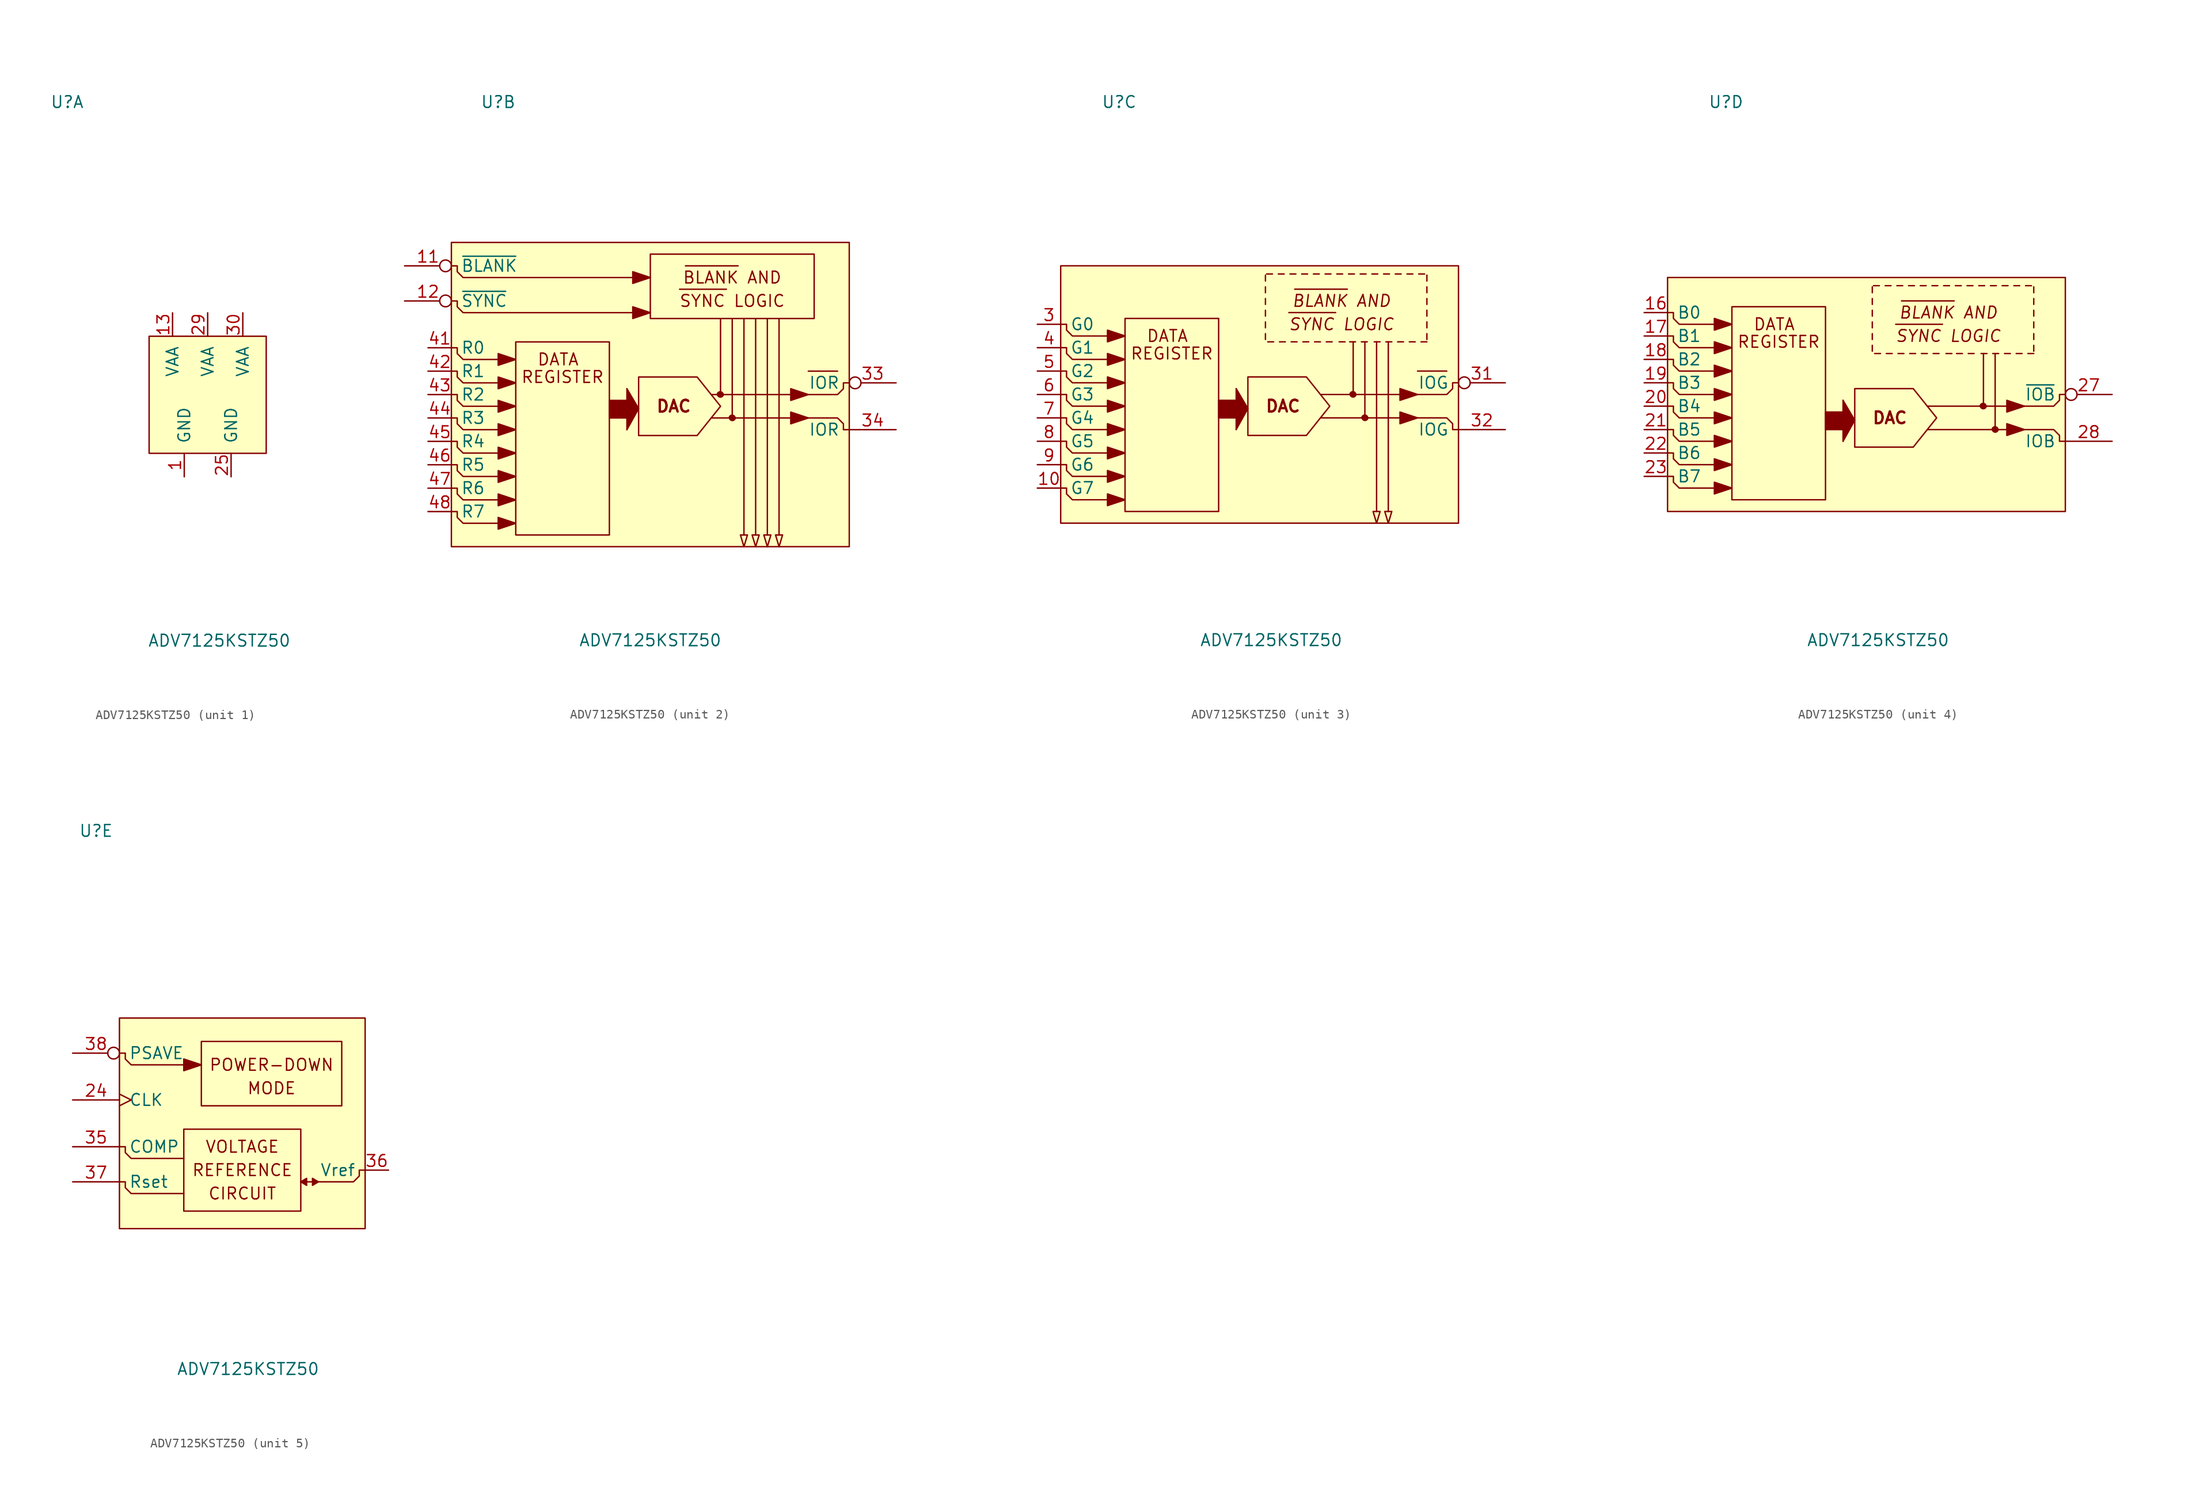
<source format=kicad_sym>
(kicad_symbol_lib
  (version 20211014)
  (generator kicad_symbol_editor)
  (symbol "ADV7125KSTZ50"
    (pin_names
      (offset 1.016))
    (property "Reference" "U"
      (at -15.24 31.75 0)
      (effects (font (size 1.27 1.27))))
    (property "Value" "ADV7125KSTZ50"
      (at 1.27 -26.67 0)
      (effects (font (size 1.27 1.27))))
    (property "ki_locked" ""
      (at 0 0 0)
      (effects (font (size 1.27 1.27))))
    (symbol "ADV7125KSTZ50_1_1"
      (rectangle (start -6.35 6.35) (end 6.35 -6.35) (stroke (width 0) (type default) (color 0 0 0 0)) (fill (type background)))
      (pin power_in line (at -2.54 -8.89 90) (length 2.54) (name "GND" (effects (font (size 1.27 1.27)))) (number "1" (effects (font (size 1.27 1.27)))))
      (pin power_in line (at -3.81 8.89 270) (length 2.54) (name "VAA" (effects (font (size 1.27 1.27)))) (number "13" (effects (font (size 1.27 1.27)))))
      (pin passive line (at -2.54 -8.89 90) (length 2.54) hide (name "GND" (effects (font (size 1.27 1.27)))) (number "14" (effects (font (size 1.27 1.27)))))
      (pin passive line (at -2.54 -8.89 90) (length 2.54) hide (name "GND" (effects (font (size 1.27 1.27)))) (number "15" (effects (font (size 1.27 1.27)))))
      (pin passive line (at -2.54 -8.89 90) (length 2.54) hide (name "GND" (effects (font (size 1.27 1.27)))) (number "2" (effects (font (size 1.27 1.27)))))
      (pin power_in line (at 2.54 -8.89 90) (length 2.54) (name "GND" (effects (font (size 1.27 1.27)))) (number "25" (effects (font (size 1.27 1.27)))))
      (pin passive line (at 2.54 -8.89 90) (length 2.54) hide (name "GND" (effects (font (size 1.27 1.27)))) (number "26" (effects (font (size 1.27 1.27)))))
      (pin power_in line (at 0 8.89 270) (length 2.54) (name "VAA" (effects (font (size 1.27 1.27)))) (number "29" (effects (font (size 1.27 1.27)))))
      (pin power_in line (at 3.81 8.89 270) (length 2.54) (name "VAA" (effects (font (size 1.27 1.27)))) (number "30" (effects (font (size 1.27 1.27)))))
      (pin passive line (at -2.54 -8.89 90) (length 2.54) hide (name "GND" (effects (font (size 1.27 1.27)))) (number "39" (effects (font (size 1.27 1.27)))))
      (pin passive line (at -2.54 -8.89 90) (length 2.54) hide (name "GND" (effects (font (size 1.27 1.27)))) (number "40" (effects (font (size 1.27 1.27))))))
    (symbol "ADV7125KSTZ50_2_1"
      (rectangle (start -20.32 16.51) (end 22.86 -16.51) (stroke (width 0) (type default) (color 0 0 0 0)) (fill (type background)))
      (rectangle (start -13.335 5.715) (end -3.175 -15.24) (stroke (width 0) (type default) (color 0 0 0 0)) (fill (type none)))
      (rectangle (start -3.175 -0.635) (end -1.27 -2.54) (stroke (width 0) (type default) (color 0 0 0 0)) (fill (type outline)))
      (polyline (pts (xy -1.27 0.635) (xy -1.27 -3.81)) (stroke (width 0) (type default) (color 0 0 0 0)) (fill (type none)))
      (polyline (pts (xy 4.445 11.43) (xy 9.525 11.43)) (stroke (width 0) (type default) (color 0 0 0 0)) (fill (type none)))
      (polyline (pts (xy 5.08 13.97) (xy 10.795 13.97)) (stroke (width 0) (type default) (color 0 0 0 0)) (fill (type none)))
      (polyline (pts (xy 8.89 8.255) (xy 8.89 0)) (stroke (width 0) (type default) (color 0 0 0 0)) (fill (type none)))
      (polyline (pts (xy 11.43 8.255) (xy 11.43 -15.24)) (stroke (width 0) (type default) (color 0 0 0 0)) (fill (type none)))
      (polyline (pts (xy 12.7 8.255) (xy 12.7 -15.24)) (stroke (width 0) (type default) (color 0 0 0 0)) (fill (type none)))
      (polyline (pts (xy 13.97 8.255) (xy 13.97 -15.24)) (stroke (width 0) (type default) (color 0 0 0 0)) (fill (type none)))
      (polyline (pts (xy 15.24 8.255) (xy 15.24 -15.24)) (stroke (width 0) (type default) (color 0 0 0 0)) (fill (type none)))
      (polyline (pts (xy 18.415 2.54) (xy 21.59 2.54)) (stroke (width 0) (type default) (color 0 0 0 0)) (fill (type none)))
      (polyline (pts (xy -1.27 -3.81) (xy 0 -1.524) (xy -1.27 0.635)) (stroke (width 0) (type default) (color 0 0 0 0)) (fill (type outline)))
      (polyline (pts (xy 10.16 8.255) (xy 10.16 3.175) (xy 10.16 -2.54)) (stroke (width 0) (type default) (color 0 0 0 0)) (fill (type none)))
      (polyline (pts (xy -15.24 -13.335) (xy -15.24 -14.605) (xy -13.335 -13.97) (xy -15.24 -13.335)) (stroke (width 0) (type default) (color 0 0 0 0)) (fill (type outline)))
      (polyline (pts (xy -15.24 -10.795) (xy -15.24 -12.065) (xy -13.335 -11.43) (xy -15.24 -10.795)) (stroke (width 0) (type default) (color 0 0 0 0)) (fill (type outline)))
      (polyline (pts (xy -15.24 -8.255) (xy -15.24 -9.525) (xy -13.335 -8.89) (xy -15.24 -8.255)) (stroke (width 0) (type default) (color 0 0 0 0)) (fill (type outline)))
      (polyline (pts (xy -15.24 -5.715) (xy -15.24 -6.985) (xy -13.335 -6.35) (xy -15.24 -5.715)) (stroke (width 0) (type default) (color 0 0 0 0)) (fill (type outline)))
      (polyline (pts (xy -15.24 -3.175) (xy -15.24 -4.445) (xy -13.335 -3.81) (xy -15.24 -3.175)) (stroke (width 0) (type default) (color 0 0 0 0)) (fill (type outline)))
      (polyline (pts (xy -15.24 -0.635) (xy -15.24 -1.905) (xy -13.335 -1.27) (xy -15.24 -0.635)) (stroke (width 0) (type default) (color 0 0 0 0)) (fill (type outline)))
      (polyline (pts (xy -15.24 1.905) (xy -15.24 0.635) (xy -13.335 1.27) (xy -15.24 1.905)) (stroke (width 0) (type default) (color 0 0 0 0)) (fill (type outline)))
      (polyline (pts (xy -15.24 4.445) (xy -15.24 3.175) (xy -13.335 3.81) (xy -15.24 4.445)) (stroke (width 0) (type default) (color 0 0 0 0)) (fill (type outline)))
      (polyline (pts (xy -0.635 9.525) (xy -0.635 8.255) (xy 1.27 8.89) (xy -0.635 9.525)) (stroke (width 0) (type default) (color 0 0 0 0)) (fill (type outline)))
      (polyline (pts (xy -0.635 13.335) (xy -0.635 12.065) (xy 1.27 12.7) (xy -0.635 13.335)) (stroke (width 0) (type default) (color 0 0 0 0)) (fill (type outline)))
      (polyline (pts (xy 11.049 -15.24) (xy 11.811 -15.24) (xy 11.43 -16.51) (xy 11.049 -15.24)) (stroke (width 0) (type default) (color 0 0 0 0)) (fill (type none)))
      (polyline (pts (xy 12.319 -15.24) (xy 13.081 -15.24) (xy 12.7 -16.51) (xy 12.319 -15.24)) (stroke (width 0) (type default) (color 0 0 0 0)) (fill (type none)))
      (polyline (pts (xy 13.589 -15.24) (xy 14.351 -15.24) (xy 13.97 -16.51) (xy 13.589 -15.24)) (stroke (width 0) (type default) (color 0 0 0 0)) (fill (type none)))
      (polyline (pts (xy 14.859 -15.24) (xy 15.621 -15.24) (xy 15.24 -16.51) (xy 14.859 -15.24)) (stroke (width 0) (type default) (color 0 0 0 0)) (fill (type none)))
      (polyline (pts (xy 16.51 -3.175) (xy 16.51 -1.905) (xy 18.415 -2.54) (xy 16.51 -3.175)) (stroke (width 0) (type default) (color 0 0 0 0)) (fill (type outline)))
      (polyline (pts (xy 16.51 0.635) (xy 16.51 -0.635) (xy 18.415 0) (xy 16.51 0.635)) (stroke (width 0) (type default) (color 0 0 0 0)) (fill (type outline)))
      (polyline (pts (xy -20.32 -12.7) (xy -19.685 -12.7) (xy -19.685 -13.335) (xy -19.05 -13.97) (xy -13.335 -13.97)) (stroke (width 0) (type default) (color 0 0 0 0)) (fill (type none)))
      (polyline (pts (xy -20.32 -10.16) (xy -19.685 -10.16) (xy -19.685 -10.795) (xy -19.05 -11.43) (xy -13.335 -11.43)) (stroke (width 0) (type default) (color 0 0 0 0)) (fill (type none)))
      (polyline (pts (xy -20.32 -7.62) (xy -19.685 -7.62) (xy -19.685 -8.255) (xy -19.05 -8.89) (xy -13.335 -8.89)) (stroke (width 0) (type default) (color 0 0 0 0)) (fill (type none)))
      (polyline (pts (xy -20.32 -5.08) (xy -19.685 -5.08) (xy -19.685 -5.715) (xy -19.05 -6.35) (xy -13.335 -6.35)) (stroke (width 0) (type default) (color 0 0 0 0)) (fill (type none)))
      (polyline (pts (xy -20.32 -2.54) (xy -19.685 -2.54) (xy -19.685 -3.175) (xy -19.05 -3.81) (xy -13.335 -3.81)) (stroke (width 0) (type default) (color 0 0 0 0)) (fill (type none)))
      (polyline (pts (xy -20.32 0) (xy -19.685 0) (xy -19.685 -0.635) (xy -19.05 -1.27) (xy -13.335 -1.27)) (stroke (width 0) (type default) (color 0 0 0 0)) (fill (type none)))
      (polyline (pts (xy -20.32 2.54) (xy -19.685 2.54) (xy -19.685 1.905) (xy -19.05 1.27) (xy -13.335 1.27)) (stroke (width 0) (type default) (color 0 0 0 0)) (fill (type none)))
      (polyline (pts (xy -20.32 5.08) (xy -19.685 5.08) (xy -19.685 4.445) (xy -19.05 3.81) (xy -13.335 3.81)) (stroke (width 0) (type default) (color 0 0 0 0)) (fill (type none)))
      (polyline (pts (xy -20.32 10.16) (xy -19.685 10.16) (xy -19.685 9.525) (xy -19.05 8.89) (xy -0.635 8.89)) (stroke (width 0) (type default) (color 0 0 0 0)) (fill (type none)))
      (polyline (pts (xy -20.32 13.97) (xy -19.685 13.97) (xy -19.685 13.335) (xy -19.05 12.7) (xy -0.635 12.7)) (stroke (width 0) (type default) (color 0 0 0 0)) (fill (type none)))
      (polyline (pts (xy 22.86 -3.81) (xy 22.225 -3.81) (xy 22.225 -3.175) (xy 21.59 -2.54) (xy 7.874 -2.54)) (stroke (width 0) (type default) (color 0 0 0 0)) (fill (type none)))
      (polyline (pts (xy 22.86 1.27) (xy 22.225 1.27) (xy 22.225 0.635) (xy 21.59 0) (xy 7.874 0)) (stroke (width 0) (type default) (color 0 0 0 0)) (fill (type none)))
      (polyline (pts (xy 0 1.905) (xy 0 -4.445) (xy 6.35 -4.445) (xy 8.89 -1.27) (xy 6.35 1.905) (xy 4.445 1.905) (xy 0 1.905)) (stroke (width 0) (type default) (color 0 0 0 0)) (fill (type none)))
      (rectangle (start 1.27 15.24) (end 19.05 8.255) (stroke (width 0) (type default) (color 0 0 0 0)) (fill (type none)))
      (arc (start 8.5598 0.0254) (mid 8.8646 -0.2794) (end 9.1948 0.0254) (stroke (width 0) (type default) (color 0 0 0 0)) (fill (type outline)))
      (arc (start 9.1694 0) (mid 8.8646 0.3048) (end 8.5344 0) (stroke (width 0) (type default) (color 0 0 0 0)) (fill (type outline)))
      (arc (start 9.8552 -2.5146) (mid 10.16 -2.8194) (end 10.4902 -2.5146) (stroke (width 0) (type default) (color 0 0 0 0)) (fill (type outline)))
      (arc (start 10.4648 -2.54) (mid 10.16 -2.2352) (end 9.8298 -2.54) (stroke (width 0) (type default) (color 0 0 0 0)) (fill (type outline)))
      (text "BLANK AND" (at 10.16 12.7 0) (effects (font (size 1.27 1.27))))
      (text "DAC" (at 3.81 -1.27 0) (effects (font (size 1.27 1.27) bold)))
      (text "DATA " (at -8.255 3.81 0) (effects (font (size 1.27 1.27))))
      (text "REGISTER" (at -8.255 1.905 0) (effects (font (size 1.27 1.27))))
      (text "SYNC LOGIC" (at 10.16 10.16 0) (effects (font (size 1.27 1.27))))
      (pin input inverted (at -25.4 13.97 0) (length 5.08) (name "~{BLANK}" (effects (font (size 1.27 1.27)))) (number "11" (effects (font (size 1.27 1.27)))))
      (pin input inverted (at -25.4 10.16 0) (length 5.08) (name "~{SYNC}" (effects (font (size 1.27 1.27)))) (number "12" (effects (font (size 1.27 1.27)))))
      (pin output inverted (at 27.94 1.27 180) (length 5.08) (name "IOR" (effects (font (size 1.27 1.27)))) (number "33" (effects (font (size 1.27 1.27)))))
      (pin output line (at 27.94 -3.81 180) (length 5.08) (name "IOR" (effects (font (size 1.27 1.27)))) (number "34" (effects (font (size 1.27 1.27)))))
      (pin input line (at -22.86 5.08 0) (length 2.54) (name "R0" (effects (font (size 1.27 1.27)))) (number "41" (effects (font (size 1.27 1.27)))))
      (pin input line (at -22.86 2.54 0) (length 2.54) (name "R1" (effects (font (size 1.27 1.27)))) (number "42" (effects (font (size 1.27 1.27)))))
      (pin input line (at -22.86 0 0) (length 2.54) (name "R2" (effects (font (size 1.27 1.27)))) (number "43" (effects (font (size 1.27 1.27)))))
      (pin input line (at -22.86 -2.54 0) (length 2.54) (name "R3" (effects (font (size 1.27 1.27)))) (number "44" (effects (font (size 1.27 1.27)))))
      (pin input line (at -22.86 -5.08 0) (length 2.54) (name "R4" (effects (font (size 1.27 1.27)))) (number "45" (effects (font (size 1.27 1.27)))))
      (pin input line (at -22.86 -7.62 0) (length 2.54) (name "R5" (effects (font (size 1.27 1.27)))) (number "46" (effects (font (size 1.27 1.27)))))
      (pin input line (at -22.86 -10.16 0) (length 2.54) (name "R6" (effects (font (size 1.27 1.27)))) (number "47" (effects (font (size 1.27 1.27)))))
      (pin input line (at -22.86 -12.7 0) (length 2.54) (name "R7" (effects (font (size 1.27 1.27)))) (number "48" (effects (font (size 1.27 1.27))))))
    (symbol "ADV7125KSTZ50_3_1"
      (rectangle (start -21.59 13.97) (end 21.59 -13.97) (stroke (width 0) (type default) (color 0 0 0 0)) (fill (type background)))
      (rectangle (start -14.605 8.255) (end -4.445 -12.7) (stroke (width 0) (type default) (color 0 0 0 0)) (fill (type none)))
      (rectangle (start -4.445 -0.635) (end -2.54 -2.54) (stroke (width 0) (type default) (color 0 0 0 0)) (fill (type outline)))
      (polyline (pts (xy -2.54 0.635) (xy -2.54 -3.81)) (stroke (width 0) (type default) (color 0 0 0 0)) (fill (type none)))
      (polyline (pts (xy 0.635 6.604) (xy 0.635 5.969)) (stroke (width 0) (type default) (color 0 0 0 0)) (fill (type none)))
      (polyline (pts (xy 0.635 7.874) (xy 0.635 7.239)) (stroke (width 0) (type default) (color 0 0 0 0)) (fill (type none)))
      (polyline (pts (xy 0.635 9.144) (xy 0.635 8.509)) (stroke (width 0) (type default) (color 0 0 0 0)) (fill (type none)))
      (polyline (pts (xy 0.635 10.414) (xy 0.635 9.779)) (stroke (width 0) (type default) (color 0 0 0 0)) (fill (type none)))
      (polyline (pts (xy 0.635 11.684) (xy 0.635 11.049)) (stroke (width 0) (type default) (color 0 0 0 0)) (fill (type none)))
      (polyline (pts (xy 0.635 12.954) (xy 0.635 12.319)) (stroke (width 0) (type default) (color 0 0 0 0)) (fill (type none)))
      (polyline (pts (xy 1.397 13.081) (xy 0.762 13.081)) (stroke (width 0) (type default) (color 0 0 0 0)) (fill (type none)))
      (polyline (pts (xy 1.524 5.715) (xy 0.889 5.715)) (stroke (width 0) (type default) (color 0 0 0 0)) (fill (type none)))
      (polyline (pts (xy 2.667 13.081) (xy 2.032 13.081)) (stroke (width 0) (type default) (color 0 0 0 0)) (fill (type none)))
      (polyline (pts (xy 2.794 5.715) (xy 2.159 5.715)) (stroke (width 0) (type default) (color 0 0 0 0)) (fill (type none)))
      (polyline (pts (xy 3.175 8.89) (xy 8.255 8.89)) (stroke (width 0) (type default) (color 0 0 0 0)) (fill (type none)))
      (polyline (pts (xy 3.81 11.43) (xy 9.525 11.43)) (stroke (width 0) (type default) (color 0 0 0 0)) (fill (type none)))
      (polyline (pts (xy 3.937 13.081) (xy 3.302 13.081)) (stroke (width 0) (type default) (color 0 0 0 0)) (fill (type none)))
      (polyline (pts (xy 4.064 5.715) (xy 3.429 5.715)) (stroke (width 0) (type default) (color 0 0 0 0)) (fill (type none)))
      (polyline (pts (xy 5.207 13.081) (xy 4.572 13.081)) (stroke (width 0) (type default) (color 0 0 0 0)) (fill (type none)))
      (polyline (pts (xy 5.334 5.715) (xy 4.699 5.715)) (stroke (width 0) (type default) (color 0 0 0 0)) (fill (type none)))
      (polyline (pts (xy 6.477 13.081) (xy 5.842 13.081)) (stroke (width 0) (type default) (color 0 0 0 0)) (fill (type none)))
      (polyline (pts (xy 6.604 5.715) (xy 5.969 5.715)) (stroke (width 0) (type default) (color 0 0 0 0)) (fill (type none)))
      (polyline (pts (xy 7.747 13.081) (xy 7.112 13.081)) (stroke (width 0) (type default) (color 0 0 0 0)) (fill (type none)))
      (polyline (pts (xy 7.874 5.715) (xy 7.239 5.715)) (stroke (width 0) (type default) (color 0 0 0 0)) (fill (type none)))
      (polyline (pts (xy 9.017 13.081) (xy 8.382 13.081)) (stroke (width 0) (type default) (color 0 0 0 0)) (fill (type none)))
      (polyline (pts (xy 9.271 5.715) (xy 8.636 5.715)) (stroke (width 0) (type default) (color 0 0 0 0)) (fill (type none)))
      (polyline (pts (xy 10.16 5.715) (xy 10.16 0)) (stroke (width 0) (type default) (color 0 0 0 0)) (fill (type none)))
      (polyline (pts (xy 10.287 13.081) (xy 9.652 13.081)) (stroke (width 0) (type default) (color 0 0 0 0)) (fill (type none)))
      (polyline (pts (xy 10.414 5.715) (xy 9.779 5.715)) (stroke (width 0) (type default) (color 0 0 0 0)) (fill (type none)))
      (polyline (pts (xy 11.557 13.081) (xy 10.922 13.081)) (stroke (width 0) (type default) (color 0 0 0 0)) (fill (type none)))
      (polyline (pts (xy 11.684 5.715) (xy 11.049 5.715)) (stroke (width 0) (type default) (color 0 0 0 0)) (fill (type none)))
      (polyline (pts (xy 12.7 5.715) (xy 12.7 -12.7)) (stroke (width 0) (type default) (color 0 0 0 0)) (fill (type none)))
      (polyline (pts (xy 12.827 13.081) (xy 12.192 13.081)) (stroke (width 0) (type default) (color 0 0 0 0)) (fill (type none)))
      (polyline (pts (xy 13.081 5.715) (xy 12.446 5.715)) (stroke (width 0) (type default) (color 0 0 0 0)) (fill (type none)))
      (polyline (pts (xy 13.97 5.715) (xy 13.97 -12.7)) (stroke (width 0) (type default) (color 0 0 0 0)) (fill (type none)))
      (polyline (pts (xy 14.097 13.081) (xy 13.462 13.081)) (stroke (width 0) (type default) (color 0 0 0 0)) (fill (type none)))
      (polyline (pts (xy 14.351 5.715) (xy 13.716 5.715)) (stroke (width 0) (type default) (color 0 0 0 0)) (fill (type none)))
      (polyline (pts (xy 15.367 13.081) (xy 14.732 13.081)) (stroke (width 0) (type default) (color 0 0 0 0)) (fill (type none)))
      (polyline (pts (xy 15.621 5.715) (xy 14.986 5.715)) (stroke (width 0) (type default) (color 0 0 0 0)) (fill (type none)))
      (polyline (pts (xy 16.637 13.081) (xy 16.002 13.081)) (stroke (width 0) (type default) (color 0 0 0 0)) (fill (type none)))
      (polyline (pts (xy 16.891 5.715) (xy 16.256 5.715)) (stroke (width 0) (type default) (color 0 0 0 0)) (fill (type none)))
      (polyline (pts (xy 17.145 2.54) (xy 20.32 2.54)) (stroke (width 0) (type default) (color 0 0 0 0)) (fill (type none)))
      (polyline (pts (xy 17.907 13.081) (xy 17.272 13.081)) (stroke (width 0) (type default) (color 0 0 0 0)) (fill (type none)))
      (polyline (pts (xy 18.161 5.715) (xy 17.526 5.715)) (stroke (width 0) (type default) (color 0 0 0 0)) (fill (type none)))
      (polyline (pts (xy 18.161 6.604) (xy 18.161 5.969)) (stroke (width 0) (type default) (color 0 0 0 0)) (fill (type none)))
      (polyline (pts (xy 18.161 7.874) (xy 18.161 7.239)) (stroke (width 0) (type default) (color 0 0 0 0)) (fill (type none)))
      (polyline (pts (xy 18.161 9.144) (xy 18.161 8.509)) (stroke (width 0) (type default) (color 0 0 0 0)) (fill (type none)))
      (polyline (pts (xy 18.161 10.414) (xy 18.161 9.779)) (stroke (width 0) (type default) (color 0 0 0 0)) (fill (type none)))
      (polyline (pts (xy 18.161 11.684) (xy 18.161 11.049)) (stroke (width 0) (type default) (color 0 0 0 0)) (fill (type none)))
      (polyline (pts (xy 18.161 12.954) (xy 18.161 12.319)) (stroke (width 0) (type default) (color 0 0 0 0)) (fill (type none)))
      (polyline (pts (xy -2.54 -3.81) (xy -1.27 -1.524) (xy -2.54 0.635)) (stroke (width 0) (type default) (color 0 0 0 0)) (fill (type outline)))
      (polyline (pts (xy 11.43 5.715) (xy 11.43 0.635) (xy 11.43 -2.54)) (stroke (width 0) (type default) (color 0 0 0 0)) (fill (type none)))
      (polyline (pts (xy -16.51 -10.795) (xy -16.51 -12.065) (xy -14.605 -11.43) (xy -16.51 -10.795)) (stroke (width 0) (type default) (color 0 0 0 0)) (fill (type outline)))
      (polyline (pts (xy -16.51 -8.255) (xy -16.51 -9.525) (xy -14.605 -8.89) (xy -16.51 -8.255)) (stroke (width 0) (type default) (color 0 0 0 0)) (fill (type outline)))
      (polyline (pts (xy -16.51 -5.715) (xy -16.51 -6.985) (xy -14.605 -6.35) (xy -16.51 -5.715)) (stroke (width 0) (type default) (color 0 0 0 0)) (fill (type outline)))
      (polyline (pts (xy -16.51 -3.175) (xy -16.51 -4.445) (xy -14.605 -3.81) (xy -16.51 -3.175)) (stroke (width 0) (type default) (color 0 0 0 0)) (fill (type outline)))
      (polyline (pts (xy -16.51 -0.635) (xy -16.51 -1.905) (xy -14.605 -1.27) (xy -16.51 -0.635)) (stroke (width 0) (type default) (color 0 0 0 0)) (fill (type outline)))
      (polyline (pts (xy -16.51 1.905) (xy -16.51 0.635) (xy -14.605 1.27) (xy -16.51 1.905)) (stroke (width 0) (type default) (color 0 0 0 0)) (fill (type outline)))
      (polyline (pts (xy -16.51 4.445) (xy -16.51 3.175) (xy -14.605 3.81) (xy -16.51 4.445)) (stroke (width 0) (type default) (color 0 0 0 0)) (fill (type outline)))
      (polyline (pts (xy -16.51 6.985) (xy -16.51 5.715) (xy -14.605 6.35) (xy -16.51 6.985)) (stroke (width 0) (type default) (color 0 0 0 0)) (fill (type outline)))
      (polyline (pts (xy 12.319 -12.7) (xy 13.081 -12.7) (xy 12.7 -13.97) (xy 12.319 -12.7)) (stroke (width 0) (type default) (color 0 0 0 0)) (fill (type none)))
      (polyline (pts (xy 13.589 -12.7) (xy 14.351 -12.7) (xy 13.97 -13.97) (xy 13.589 -12.7)) (stroke (width 0) (type default) (color 0 0 0 0)) (fill (type none)))
      (polyline (pts (xy 15.24 -3.175) (xy 15.24 -1.905) (xy 17.145 -2.54) (xy 15.24 -3.175)) (stroke (width 0) (type default) (color 0 0 0 0)) (fill (type outline)))
      (polyline (pts (xy 15.24 0.635) (xy 15.24 -0.635) (xy 17.145 0) (xy 15.24 0.635)) (stroke (width 0) (type default) (color 0 0 0 0)) (fill (type outline)))
      (polyline (pts (xy -21.59 -10.16) (xy -20.955 -10.16) (xy -20.955 -10.795) (xy -20.32 -11.43) (xy -14.605 -11.43)) (stroke (width 0) (type default) (color 0 0 0 0)) (fill (type none)))
      (polyline (pts (xy -21.59 -7.62) (xy -20.955 -7.62) (xy -20.955 -8.255) (xy -20.32 -8.89) (xy -14.605 -8.89)) (stroke (width 0) (type default) (color 0 0 0 0)) (fill (type none)))
      (polyline (pts (xy -21.59 -5.08) (xy -20.955 -5.08) (xy -20.955 -5.715) (xy -20.32 -6.35) (xy -14.605 -6.35)) (stroke (width 0) (type default) (color 0 0 0 0)) (fill (type none)))
      (polyline (pts (xy -21.59 -2.54) (xy -20.955 -2.54) (xy -20.955 -3.175) (xy -20.32 -3.81) (xy -14.605 -3.81)) (stroke (width 0) (type default) (color 0 0 0 0)) (fill (type none)))
      (polyline (pts (xy -21.59 0) (xy -20.955 0) (xy -20.955 -0.635) (xy -20.32 -1.27) (xy -14.605 -1.27)) (stroke (width 0) (type default) (color 0 0 0 0)) (fill (type none)))
      (polyline (pts (xy -21.59 2.54) (xy -20.955 2.54) (xy -20.955 1.905) (xy -20.32 1.27) (xy -14.605 1.27)) (stroke (width 0) (type default) (color 0 0 0 0)) (fill (type none)))
      (polyline (pts (xy -21.59 5.08) (xy -20.955 5.08) (xy -20.955 4.445) (xy -20.32 3.81) (xy -14.605 3.81)) (stroke (width 0) (type default) (color 0 0 0 0)) (fill (type none)))
      (polyline (pts (xy -21.59 7.62) (xy -20.955 7.62) (xy -20.955 6.985) (xy -20.32 6.35) (xy -14.605 6.35)) (stroke (width 0) (type default) (color 0 0 0 0)) (fill (type none)))
      (polyline (pts (xy 21.59 -3.81) (xy 20.955 -3.81) (xy 20.955 -3.175) (xy 20.32 -2.54) (xy 6.604 -2.54)) (stroke (width 0) (type default) (color 0 0 0 0)) (fill (type none)))
      (polyline (pts (xy 21.59 1.27) (xy 20.955 1.27) (xy 20.955 0.635) (xy 20.32 0) (xy 6.604 0)) (stroke (width 0) (type default) (color 0 0 0 0)) (fill (type none)))
      (polyline (pts (xy -1.27 1.905) (xy -1.27 -4.445) (xy 5.08 -4.445) (xy 7.62 -1.27) (xy 5.08 1.905) (xy 3.175 1.905) (xy -1.27 1.905)) (stroke (width 0) (type default) (color 0 0 0 0)) (fill (type none)))
      (arc (start 9.8298 0.0254) (mid 10.1346 -0.2794) (end 10.4648 0.0254) (stroke (width 0) (type default) (color 0 0 0 0)) (fill (type outline)))
      (arc (start 10.4394 0) (mid 10.1346 0.3048) (end 9.8044 0) (stroke (width 0) (type default) (color 0 0 0 0)) (fill (type outline)))
      (arc (start 11.1252 -2.5146) (mid 11.43 -2.8194) (end 11.7602 -2.5146) (stroke (width 0) (type default) (color 0 0 0 0)) (fill (type outline)))
      (arc (start 11.7348 -2.54) (mid 11.43 -2.2352) (end 11.0998 -2.54) (stroke (width 0) (type default) (color 0 0 0 0)) (fill (type outline)))
      (text "BLANK AND" (at 8.89 10.16 0) (effects (font (size 1.27 1.27) italic)))
      (text "DAC" (at 2.54 -1.27 0) (effects (font (size 1.27 1.27) bold)))
      (text "DATA " (at -9.525 6.35 0) (effects (font (size 1.27 1.27))))
      (text "REGISTER" (at -9.525 4.445 0) (effects (font (size 1.27 1.27))))
      (text "SYNC LOGIC" (at 8.89 7.62 0) (effects (font (size 1.27 1.27) italic)))
      (pin input line (at -24.13 -10.16 0) (length 2.54) (name "G7" (effects (font (size 1.27 1.27)))) (number "10" (effects (font (size 1.27 1.27)))))
      (pin input line (at -24.13 7.62 0) (length 2.54) (name "G0" (effects (font (size 1.27 1.27)))) (number "3" (effects (font (size 1.27 1.27)))))
      (pin output inverted (at 26.67 1.27 180) (length 5.08) (name "IOG" (effects (font (size 1.27 1.27)))) (number "31" (effects (font (size 1.27 1.27)))))
      (pin output line (at 26.67 -3.81 180) (length 5.08) (name "IOG" (effects (font (size 1.27 1.27)))) (number "32" (effects (font (size 1.27 1.27)))))
      (pin input line (at -24.13 5.08 0) (length 2.54) (name "G1" (effects (font (size 1.27 1.27)))) (number "4" (effects (font (size 1.27 1.27)))))
      (pin input line (at -24.13 2.54 0) (length 2.54) (name "G2" (effects (font (size 1.27 1.27)))) (number "5" (effects (font (size 1.27 1.27)))))
      (pin input line (at -24.13 0 0) (length 2.54) (name "G3" (effects (font (size 1.27 1.27)))) (number "6" (effects (font (size 1.27 1.27)))))
      (pin input line (at -24.13 -2.54 0) (length 2.54) (name "G4" (effects (font (size 1.27 1.27)))) (number "7" (effects (font (size 1.27 1.27)))))
      (pin input line (at -24.13 -5.08 0) (length 2.54) (name "G5" (effects (font (size 1.27 1.27)))) (number "8" (effects (font (size 1.27 1.27)))))
      (pin input line (at -24.13 -7.62 0) (length 2.54) (name "G6" (effects (font (size 1.27 1.27)))) (number "9" (effects (font (size 1.27 1.27))))))
    (symbol "ADV7125KSTZ50_4_1"
      (rectangle (start -21.59 12.7) (end 21.59 -12.7) (stroke (width 0) (type default) (color 0 0 0 0)) (fill (type background)))
      (rectangle (start -14.605 9.525) (end -4.445 -11.43) (stroke (width 0) (type default) (color 0 0 0 0)) (fill (type none)))
      (rectangle (start -4.445 -1.905) (end -2.54 -3.81) (stroke (width 0) (type default) (color 0 0 0 0)) (fill (type outline)))
      (polyline (pts (xy -2.54 -0.635) (xy -2.54 -5.08)) (stroke (width 0) (type default) (color 0 0 0 0)) (fill (type none)))
      (polyline (pts (xy 0.635 5.334) (xy 0.635 4.699)) (stroke (width 0) (type default) (color 0 0 0 0)) (fill (type none)))
      (polyline (pts (xy 0.635 6.604) (xy 0.635 5.969)) (stroke (width 0) (type default) (color 0 0 0 0)) (fill (type none)))
      (polyline (pts (xy 0.635 7.874) (xy 0.635 7.239)) (stroke (width 0) (type default) (color 0 0 0 0)) (fill (type none)))
      (polyline (pts (xy 0.635 9.144) (xy 0.635 8.509)) (stroke (width 0) (type default) (color 0 0 0 0)) (fill (type none)))
      (polyline (pts (xy 0.635 10.414) (xy 0.635 9.779)) (stroke (width 0) (type default) (color 0 0 0 0)) (fill (type none)))
      (polyline (pts (xy 0.635 11.684) (xy 0.635 11.049)) (stroke (width 0) (type default) (color 0 0 0 0)) (fill (type none)))
      (polyline (pts (xy 1.397 11.811) (xy 0.762 11.811)) (stroke (width 0) (type default) (color 0 0 0 0)) (fill (type none)))
      (polyline (pts (xy 1.524 4.445) (xy 0.889 4.445)) (stroke (width 0) (type default) (color 0 0 0 0)) (fill (type none)))
      (polyline (pts (xy 2.667 11.811) (xy 2.032 11.811)) (stroke (width 0) (type default) (color 0 0 0 0)) (fill (type none)))
      (polyline (pts (xy 2.794 4.445) (xy 2.159 4.445)) (stroke (width 0) (type default) (color 0 0 0 0)) (fill (type none)))
      (polyline (pts (xy 3.175 7.62) (xy 8.255 7.62)) (stroke (width 0) (type default) (color 0 0 0 0)) (fill (type none)))
      (polyline (pts (xy 3.81 10.16) (xy 9.525 10.16)) (stroke (width 0) (type default) (color 0 0 0 0)) (fill (type none)))
      (polyline (pts (xy 3.937 11.811) (xy 3.302 11.811)) (stroke (width 0) (type default) (color 0 0 0 0)) (fill (type none)))
      (polyline (pts (xy 4.064 4.445) (xy 3.429 4.445)) (stroke (width 0) (type default) (color 0 0 0 0)) (fill (type none)))
      (polyline (pts (xy 5.207 11.811) (xy 4.572 11.811)) (stroke (width 0) (type default) (color 0 0 0 0)) (fill (type none)))
      (polyline (pts (xy 5.334 4.445) (xy 4.699 4.445)) (stroke (width 0) (type default) (color 0 0 0 0)) (fill (type none)))
      (polyline (pts (xy 6.477 11.811) (xy 5.842 11.811)) (stroke (width 0) (type default) (color 0 0 0 0)) (fill (type none)))
      (polyline (pts (xy 6.604 4.445) (xy 5.969 4.445)) (stroke (width 0) (type default) (color 0 0 0 0)) (fill (type none)))
      (polyline (pts (xy 7.747 11.811) (xy 7.112 11.811)) (stroke (width 0) (type default) (color 0 0 0 0)) (fill (type none)))
      (polyline (pts (xy 7.874 4.445) (xy 7.239 4.445)) (stroke (width 0) (type default) (color 0 0 0 0)) (fill (type none)))
      (polyline (pts (xy 9.017 11.811) (xy 8.382 11.811)) (stroke (width 0) (type default) (color 0 0 0 0)) (fill (type none)))
      (polyline (pts (xy 9.271 4.445) (xy 8.636 4.445)) (stroke (width 0) (type default) (color 0 0 0 0)) (fill (type none)))
      (polyline (pts (xy 10.287 11.811) (xy 9.652 11.811)) (stroke (width 0) (type default) (color 0 0 0 0)) (fill (type none)))
      (polyline (pts (xy 10.414 4.445) (xy 9.779 4.445)) (stroke (width 0) (type default) (color 0 0 0 0)) (fill (type none)))
      (polyline (pts (xy 11.557 11.811) (xy 10.922 11.811)) (stroke (width 0) (type default) (color 0 0 0 0)) (fill (type none)))
      (polyline (pts (xy 11.684 4.445) (xy 11.049 4.445)) (stroke (width 0) (type default) (color 0 0 0 0)) (fill (type none)))
      (polyline (pts (xy 12.7 4.445) (xy 12.7 -1.27)) (stroke (width 0) (type default) (color 0 0 0 0)) (fill (type none)))
      (polyline (pts (xy 12.827 11.811) (xy 12.192 11.811)) (stroke (width 0) (type default) (color 0 0 0 0)) (fill (type none)))
      (polyline (pts (xy 13.081 4.445) (xy 12.446 4.445)) (stroke (width 0) (type default) (color 0 0 0 0)) (fill (type none)))
      (polyline (pts (xy 14.097 11.811) (xy 13.462 11.811)) (stroke (width 0) (type default) (color 0 0 0 0)) (fill (type none)))
      (polyline (pts (xy 14.351 4.445) (xy 13.716 4.445)) (stroke (width 0) (type default) (color 0 0 0 0)) (fill (type none)))
      (polyline (pts (xy 15.367 11.811) (xy 14.732 11.811)) (stroke (width 0) (type default) (color 0 0 0 0)) (fill (type none)))
      (polyline (pts (xy 15.621 4.445) (xy 14.986 4.445)) (stroke (width 0) (type default) (color 0 0 0 0)) (fill (type none)))
      (polyline (pts (xy 16.637 11.811) (xy 16.002 11.811)) (stroke (width 0) (type default) (color 0 0 0 0)) (fill (type none)))
      (polyline (pts (xy 16.891 4.445) (xy 16.256 4.445)) (stroke (width 0) (type default) (color 0 0 0 0)) (fill (type none)))
      (polyline (pts (xy 17.907 11.811) (xy 17.272 11.811)) (stroke (width 0) (type default) (color 0 0 0 0)) (fill (type none)))
      (polyline (pts (xy 18.161 4.445) (xy 17.526 4.445)) (stroke (width 0) (type default) (color 0 0 0 0)) (fill (type none)))
      (polyline (pts (xy 18.161 5.334) (xy 18.161 4.699)) (stroke (width 0) (type default) (color 0 0 0 0)) (fill (type none)))
      (polyline (pts (xy 18.161 6.604) (xy 18.161 5.969)) (stroke (width 0) (type default) (color 0 0 0 0)) (fill (type none)))
      (polyline (pts (xy 18.161 7.874) (xy 18.161 7.239)) (stroke (width 0) (type default) (color 0 0 0 0)) (fill (type none)))
      (polyline (pts (xy 18.161 9.144) (xy 18.161 8.509)) (stroke (width 0) (type default) (color 0 0 0 0)) (fill (type none)))
      (polyline (pts (xy 18.161 10.414) (xy 18.161 9.779)) (stroke (width 0) (type default) (color 0 0 0 0)) (fill (type none)))
      (polyline (pts (xy 18.161 11.684) (xy 18.161 11.049)) (stroke (width 0) (type default) (color 0 0 0 0)) (fill (type none)))
      (polyline (pts (xy -2.54 -5.08) (xy -1.27 -2.794) (xy -2.54 -0.635)) (stroke (width 0) (type default) (color 0 0 0 0)) (fill (type outline)))
      (polyline (pts (xy 13.97 4.445) (xy 13.97 -0.635) (xy 13.97 -3.81)) (stroke (width 0) (type default) (color 0 0 0 0)) (fill (type none)))
      (polyline (pts (xy -16.51 -9.525) (xy -16.51 -10.795) (xy -14.605 -10.16) (xy -16.51 -9.525)) (stroke (width 0) (type default) (color 0 0 0 0)) (fill (type outline)))
      (polyline (pts (xy -16.51 -6.985) (xy -16.51 -8.255) (xy -14.605 -7.62) (xy -16.51 -6.985)) (stroke (width 0) (type default) (color 0 0 0 0)) (fill (type outline)))
      (polyline (pts (xy -16.51 -4.445) (xy -16.51 -5.715) (xy -14.605 -5.08) (xy -16.51 -4.445)) (stroke (width 0) (type default) (color 0 0 0 0)) (fill (type outline)))
      (polyline (pts (xy -16.51 -1.905) (xy -16.51 -3.175) (xy -14.605 -2.54) (xy -16.51 -1.905)) (stroke (width 0) (type default) (color 0 0 0 0)) (fill (type outline)))
      (polyline (pts (xy -16.51 0.635) (xy -16.51 -0.635) (xy -14.605 0) (xy -16.51 0.635)) (stroke (width 0) (type default) (color 0 0 0 0)) (fill (type outline)))
      (polyline (pts (xy -16.51 3.175) (xy -16.51 1.905) (xy -14.605 2.54) (xy -16.51 3.175)) (stroke (width 0) (type default) (color 0 0 0 0)) (fill (type outline)))
      (polyline (pts (xy -16.51 5.715) (xy -16.51 4.445) (xy -14.605 5.08) (xy -16.51 5.715)) (stroke (width 0) (type default) (color 0 0 0 0)) (fill (type outline)))
      (polyline (pts (xy -16.51 8.255) (xy -16.51 6.985) (xy -14.605 7.62) (xy -16.51 8.255)) (stroke (width 0) (type default) (color 0 0 0 0)) (fill (type outline)))
      (polyline (pts (xy 15.24 -4.445) (xy 15.24 -3.175) (xy 17.145 -3.81) (xy 15.24 -4.445)) (stroke (width 0) (type default) (color 0 0 0 0)) (fill (type outline)))
      (polyline (pts (xy 15.24 -0.635) (xy 15.24 -1.905) (xy 17.145 -1.27) (xy 15.24 -0.635)) (stroke (width 0) (type default) (color 0 0 0 0)) (fill (type outline)))
      (polyline (pts (xy -21.59 -8.89) (xy -20.955 -8.89) (xy -20.955 -9.525) (xy -20.32 -10.16) (xy -14.605 -10.16)) (stroke (width 0) (type default) (color 0 0 0 0)) (fill (type none)))
      (polyline (pts (xy -21.59 -6.35) (xy -20.955 -6.35) (xy -20.955 -6.985) (xy -20.32 -7.62) (xy -14.605 -7.62)) (stroke (width 0) (type default) (color 0 0 0 0)) (fill (type none)))
      (polyline (pts (xy -21.59 -3.81) (xy -20.955 -3.81) (xy -20.955 -4.445) (xy -20.32 -5.08) (xy -14.605 -5.08)) (stroke (width 0) (type default) (color 0 0 0 0)) (fill (type none)))
      (polyline (pts (xy -21.59 -1.27) (xy -20.955 -1.27) (xy -20.955 -1.905) (xy -20.32 -2.54) (xy -14.605 -2.54)) (stroke (width 0) (type default) (color 0 0 0 0)) (fill (type none)))
      (polyline (pts (xy -21.59 1.27) (xy -20.955 1.27) (xy -20.955 0.635) (xy -20.32 0) (xy -14.605 0)) (stroke (width 0) (type default) (color 0 0 0 0)) (fill (type none)))
      (polyline (pts (xy -21.59 3.81) (xy -20.955 3.81) (xy -20.955 3.175) (xy -20.32 2.54) (xy -14.605 2.54)) (stroke (width 0) (type default) (color 0 0 0 0)) (fill (type none)))
      (polyline (pts (xy -21.59 6.35) (xy -20.955 6.35) (xy -20.955 5.715) (xy -20.32 5.08) (xy -14.605 5.08)) (stroke (width 0) (type default) (color 0 0 0 0)) (fill (type none)))
      (polyline (pts (xy -21.59 8.89) (xy -20.955 8.89) (xy -20.955 8.255) (xy -20.32 7.62) (xy -14.605 7.62)) (stroke (width 0) (type default) (color 0 0 0 0)) (fill (type none)))
      (polyline (pts (xy 21.59 -5.08) (xy 20.955 -5.08) (xy 20.955 -4.445) (xy 20.32 -3.81) (xy 6.604 -3.81)) (stroke (width 0) (type default) (color 0 0 0 0)) (fill (type none)))
      (polyline (pts (xy 21.59 0) (xy 20.955 0) (xy 20.955 -0.635) (xy 20.32 -1.27) (xy 6.604 -1.27)) (stroke (width 0) (type default) (color 0 0 0 0)) (fill (type none)))
      (polyline (pts (xy -1.27 0.635) (xy -1.27 -5.715) (xy 5.08 -5.715) (xy 7.62 -2.54) (xy 5.08 0.635) (xy 3.175 0.635) (xy -1.27 0.635)) (stroke (width 0) (type default) (color 0 0 0 0)) (fill (type none)))
      (arc (start 12.3698 -1.2446) (mid 12.6746 -1.5494) (end 13.0048 -1.2446) (stroke (width 0) (type default) (color 0 0 0 0)) (fill (type outline)))
      (arc (start 12.9794 -1.27) (mid 12.6746 -0.9652) (end 12.3444 -1.27) (stroke (width 0) (type default) (color 0 0 0 0)) (fill (type outline)))
      (arc (start 13.6652 -3.7846) (mid 13.97 -4.0894) (end 14.3002 -3.7846) (stroke (width 0) (type default) (color 0 0 0 0)) (fill (type outline)))
      (arc (start 14.2748 -3.81) (mid 13.97 -3.5052) (end 13.6398 -3.81) (stroke (width 0) (type default) (color 0 0 0 0)) (fill (type outline)))
      (text "BLANK AND" (at 8.89 8.89 0) (effects (font (size 1.27 1.27) italic)))
      (text "DAC" (at 2.54 -2.54 0) (effects (font (size 1.27 1.27) bold)))
      (text "DATA " (at -9.525 7.62 0) (effects (font (size 1.27 1.27))))
      (text "REGISTER" (at -9.525 5.715 0) (effects (font (size 1.27 1.27))))
      (text "SYNC LOGIC" (at 8.89 6.35 0) (effects (font (size 1.27 1.27) italic)))
      (pin input line (at -24.13 8.89 0) (length 2.54) (name "B0" (effects (font (size 1.27 1.27)))) (number "16" (effects (font (size 1.27 1.27)))))
      (pin input line (at -24.13 6.35 0) (length 2.54) (name "B1" (effects (font (size 1.27 1.27)))) (number "17" (effects (font (size 1.27 1.27)))))
      (pin input line (at -24.13 3.81 0) (length 2.54) (name "B2" (effects (font (size 1.27 1.27)))) (number "18" (effects (font (size 1.27 1.27)))))
      (pin input line (at -24.13 1.27 0) (length 2.54) (name "B3" (effects (font (size 1.27 1.27)))) (number "19" (effects (font (size 1.27 1.27)))))
      (pin input line (at -24.13 -1.27 0) (length 2.54) (name "B4" (effects (font (size 1.27 1.27)))) (number "20" (effects (font (size 1.27 1.27)))))
      (pin input line (at -24.13 -3.81 0) (length 2.54) (name "B5" (effects (font (size 1.27 1.27)))) (number "21" (effects (font (size 1.27 1.27)))))
      (pin input line (at -24.13 -6.35 0) (length 2.54) (name "B6" (effects (font (size 1.27 1.27)))) (number "22" (effects (font (size 1.27 1.27)))))
      (pin input line (at -24.13 -8.89 0) (length 2.54) (name "B7" (effects (font (size 1.27 1.27)))) (number "23" (effects (font (size 1.27 1.27)))))
      (pin output inverted (at 26.67 0 180) (length 5.08) (name "~{IOB}" (effects (font (size 1.27 1.27)))) (number "27" (effects (font (size 1.27 1.27)))))
      (pin output line (at 26.67 -5.08 180) (length 5.08) (name "IOB" (effects (font (size 1.27 1.27)))) (number "28" (effects (font (size 1.27 1.27))))))
    (symbol "ADV7125KSTZ50_5_1"
      (rectangle (start -12.7 11.43) (end 13.97 -11.43) (stroke (width 0) (type default) (color 0 0 0 0)) (fill (type background)))
      (rectangle (start -5.715 -0.635) (end 6.985 -9.525) (stroke (width 0) (type default) (color 0 0 0 0)) (fill (type none)))
      (rectangle (start -3.81 8.89) (end 11.43 1.905) (stroke (width 0) (type default) (color 0 0 0 0)) (fill (type none)))
      (polyline (pts (xy -5.715 6.985) (xy -5.715 5.715) (xy -3.81 6.35) (xy -5.715 6.985)) (stroke (width 0) (type default) (color 0 0 0 0)) (fill (type outline)))
      (polyline (pts (xy 7.62 -5.969) (xy 7.62 -6.731) (xy 6.985 -6.35) (xy 7.62 -5.969)) (stroke (width 0) (type default) (color 0 0 0 0)) (fill (type outline)))
      (polyline (pts (xy 8.255 -6.731) (xy 8.255 -5.969) (xy 8.89 -6.35) (xy 8.255 -6.731)) (stroke (width 0) (type default) (color 0 0 0 0)) (fill (type outline)))
      (polyline (pts (xy -12.7 -6.35) (xy -12.065 -6.35) (xy -12.065 -6.985) (xy -11.43 -7.62) (xy -5.715 -7.62)) (stroke (width 0) (type default) (color 0 0 0 0)) (fill (type none)))
      (polyline (pts (xy -12.7 -2.54) (xy -12.065 -2.54) (xy -12.065 -3.175) (xy -11.43 -3.81) (xy -5.715 -3.81)) (stroke (width 0) (type default) (color 0 0 0 0)) (fill (type none)))
      (polyline (pts (xy -12.7 7.62) (xy -12.065 7.62) (xy -12.065 6.985) (xy -11.43 6.35) (xy -5.715 6.35)) (stroke (width 0) (type default) (color 0 0 0 0)) (fill (type none)))
      (polyline (pts (xy 13.97 -5.08) (xy 13.335 -5.08) (xy 13.335 -5.715) (xy 12.7 -6.35) (xy 6.985 -6.35)) (stroke (width 0) (type default) (color 0 0 0 0)) (fill (type none)))
      (text "CIRCUIT" (at 0.635 -7.62 0) (effects (font (size 1.27 1.27))))
      (text "MODE" (at 3.81 3.81 0) (effects (font (size 1.27 1.27))))
      (text "POWER-DOWN" (at 3.81 6.35 0) (effects (font (size 1.27 1.27))))
      (text "REFERENCE" (at 0.635 -5.08 0) (effects (font (size 1.27 1.27))))
      (text "VOLTAGE" (at 0.635 -2.54 0) (effects (font (size 1.27 1.27))))
      (pin input clock (at -17.78 2.54 0) (length 5.08) (name "CLK" (effects (font (size 1.27 1.27)))) (number "24" (effects (font (size 1.27 1.27)))))
      (pin input line (at -17.78 -2.54 0) (length 5.08) (name "COMP" (effects (font (size 1.27 1.27)))) (number "35" (effects (font (size 1.27 1.27)))))
      (pin bidirectional line (at 16.51 -5.08 180) (length 2.54) (name "Vref" (effects (font (size 1.27 1.27)))) (number "36" (effects (font (size 1.27 1.27)))))
      (pin input line (at -17.78 -6.35 0) (length 5.08) (name "Rset" (effects (font (size 1.27 1.27)))) (number "37" (effects (font (size 1.27 1.27)))))
      (pin input inverted (at -17.78 7.62 0) (length 5.08) (name "PSAVE" (effects (font (size 1.27 1.27)))) (number "38" (effects (font (size 1.27 1.27))))))))
</source>
